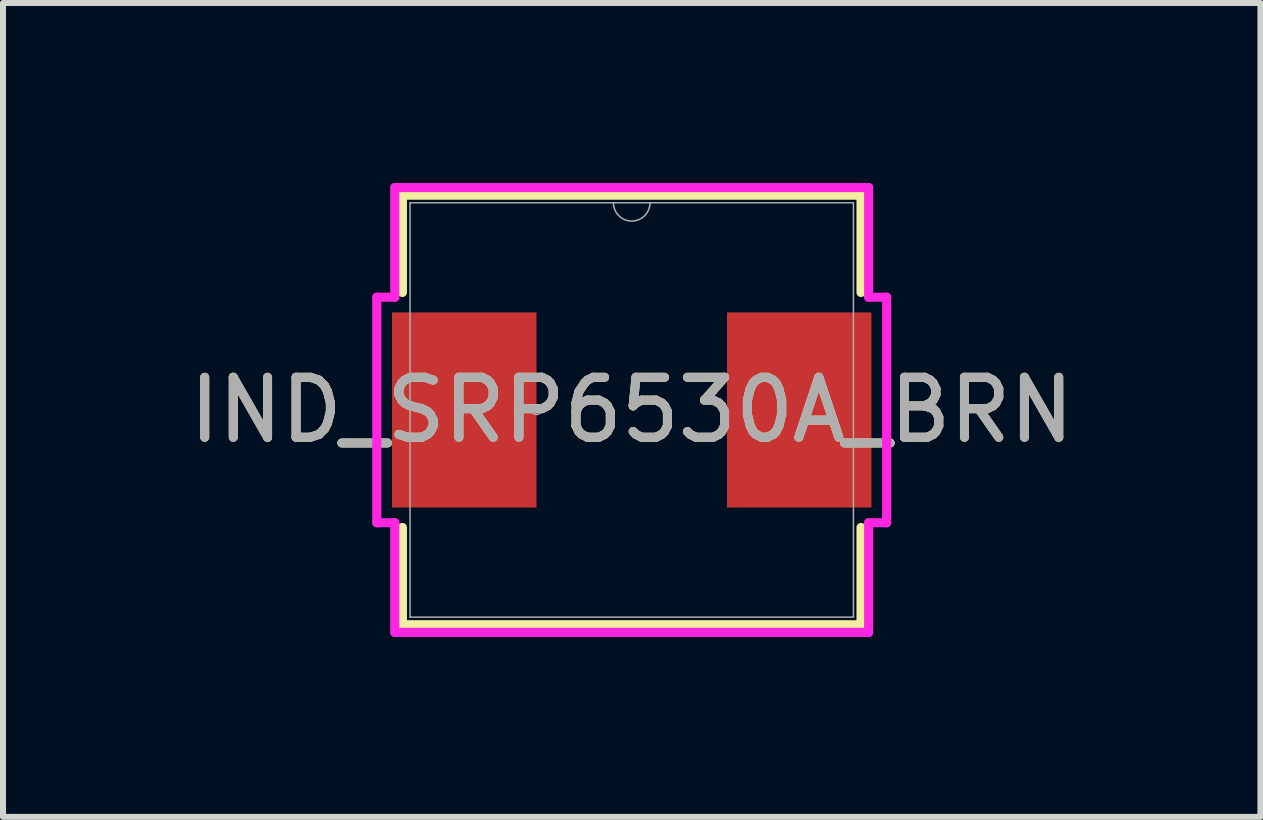
<source format=kicad_pcb>
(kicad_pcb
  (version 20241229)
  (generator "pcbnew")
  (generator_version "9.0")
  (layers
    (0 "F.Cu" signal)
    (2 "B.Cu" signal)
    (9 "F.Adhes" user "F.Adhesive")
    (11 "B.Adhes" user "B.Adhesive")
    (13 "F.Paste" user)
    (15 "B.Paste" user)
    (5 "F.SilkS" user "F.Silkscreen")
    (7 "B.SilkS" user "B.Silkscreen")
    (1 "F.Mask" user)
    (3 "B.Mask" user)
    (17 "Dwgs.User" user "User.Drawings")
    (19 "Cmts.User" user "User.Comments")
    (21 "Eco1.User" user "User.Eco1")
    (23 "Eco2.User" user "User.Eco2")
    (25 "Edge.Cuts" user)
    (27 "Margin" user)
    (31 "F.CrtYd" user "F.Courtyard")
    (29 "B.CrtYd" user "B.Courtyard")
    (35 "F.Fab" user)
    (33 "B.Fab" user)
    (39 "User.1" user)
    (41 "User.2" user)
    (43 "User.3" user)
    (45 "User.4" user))
  (footprint "IND_SRP6530A_BRN"
    (layer "F.Cu")
    (at 7.482 3.785)
    (property "Reference" "IND_SRP6530A_BRN" (at 0 0 0) (unlocked yes) (layer "F.SilkS") (effects (font (size 1 1) (thickness 0.15))))
    (attr smd)
    (fp_line (start -3.823 -3.581) (end -3.823 -1.959) (stroke (width 0.152) (type solid)) (layer "F.SilkS"))
    (fp_line (start -3.823 1.959) (end -3.823 3.581) (stroke (width 0.152) (type solid)) (layer "F.SilkS"))
    (fp_line (start -3.823 3.581) (end 3.823 3.581) (stroke (width 0.152) (type solid)) (layer "F.SilkS"))
    (fp_line (start 3.823 -3.581) (end -3.823 -3.581) (stroke (width 0.152) (type solid)) (layer "F.SilkS"))
    (fp_line (start 3.823 -1.959) (end 3.823 -3.581) (stroke (width 0.152) (type solid)) (layer "F.SilkS"))
    (fp_line (start 3.823 3.581) (end 3.823 1.959) (stroke (width 0.152) (type solid)) (layer "F.SilkS"))
    (fp_line (start -4.25 -1.88) (end -3.95 -1.88) (stroke (width 0.152) (type solid)) (layer "F.CrtYd"))
    (fp_line (start -4.25 1.88) (end -4.25 -1.88) (stroke (width 0.152) (type solid)) (layer "F.CrtYd"))
    (fp_line (start -4.25 1.88) (end -3.95 1.88) (stroke (width 0.152) (type solid)) (layer "F.CrtYd"))
    (fp_line (start -3.95 -3.708) (end 3.95 -3.708) (stroke (width 0.152) (type solid)) (layer "F.CrtYd"))
    (fp_line (start -3.95 -1.88) (end -3.95 -3.708) (stroke (width 0.152) (type solid)) (layer "F.CrtYd"))
    (fp_line (start -3.95 3.708) (end -3.95 1.88) (stroke (width 0.152) (type solid)) (layer "F.CrtYd"))
    (fp_line (start 3.95 -3.708) (end 3.95 -1.88) (stroke (width 0.152) (type solid)) (layer "F.CrtYd"))
    (fp_line (start 3.95 1.88) (end 3.95 3.708) (stroke (width 0.152) (type solid)) (layer "F.CrtYd"))
    (fp_line (start 3.95 3.708) (end -3.95 3.708) (stroke (width 0.152) (type solid)) (layer "F.CrtYd"))
    (fp_line (start 4.25 -1.88) (end 3.95 -1.88) (stroke (width 0.152) (type solid)) (layer "F.CrtYd"))
    (fp_line (start 4.25 -1.88) (end 4.25 1.88) (stroke (width 0.152) (type solid)) (layer "F.CrtYd"))
    (fp_line (start 4.25 1.88) (end 3.95 1.88) (stroke (width 0.152) (type solid)) (layer "F.CrtYd"))
    (fp_line (start -3.696 -3.454) (end -3.696 3.454) (stroke (width 0.025) (type solid)) (layer "F.Fab"))
    (fp_line (start -3.696 3.454) (end 3.696 3.454) (stroke (width 0.025) (type solid)) (layer "F.Fab"))
    (fp_line (start 3.696 -3.454) (end -3.696 -3.454) (stroke (width 0.025) (type solid)) (layer "F.Fab"))
    (fp_line (start 3.696 3.454) (end 3.696 -3.454) (stroke (width 0.025) (type solid)) (layer "F.Fab"))
    (fp_arc (start 0.3048 -3.4544) (mid 0 -3.1496) (end -0.3048 -3.4544) (stroke (width 0.0254) (type solid)) (layer "F.Fab"))
    (fp_circle (center -1.587 0) (end -1.511 0) (stroke (width 0.025) (type solid)) (fill no) (layer "F.Fab"))
    (fp_text user "${REFERENCE}" (at 0 0 0) (unlocked yes) (layer "F.Fab") (effects (font (size 1 1) (thickness 0.15))))
    (pad "1" smd rect (at -2.792 0) (size 2.408 3.252) (layers "F.Cu" "F.Mask" "F.Paste"))
    (pad "2" smd rect (at 2.792 0) (size 2.408 3.252) (layers "F.Cu" "F.Mask" "F.Paste")))
  (gr_rect
    (start -3 -3)
    (end 17.964 10.569)
    (stroke (width 0.1) (type default))
    (fill no)
    (layer "Edge.Cuts")))
</source>
